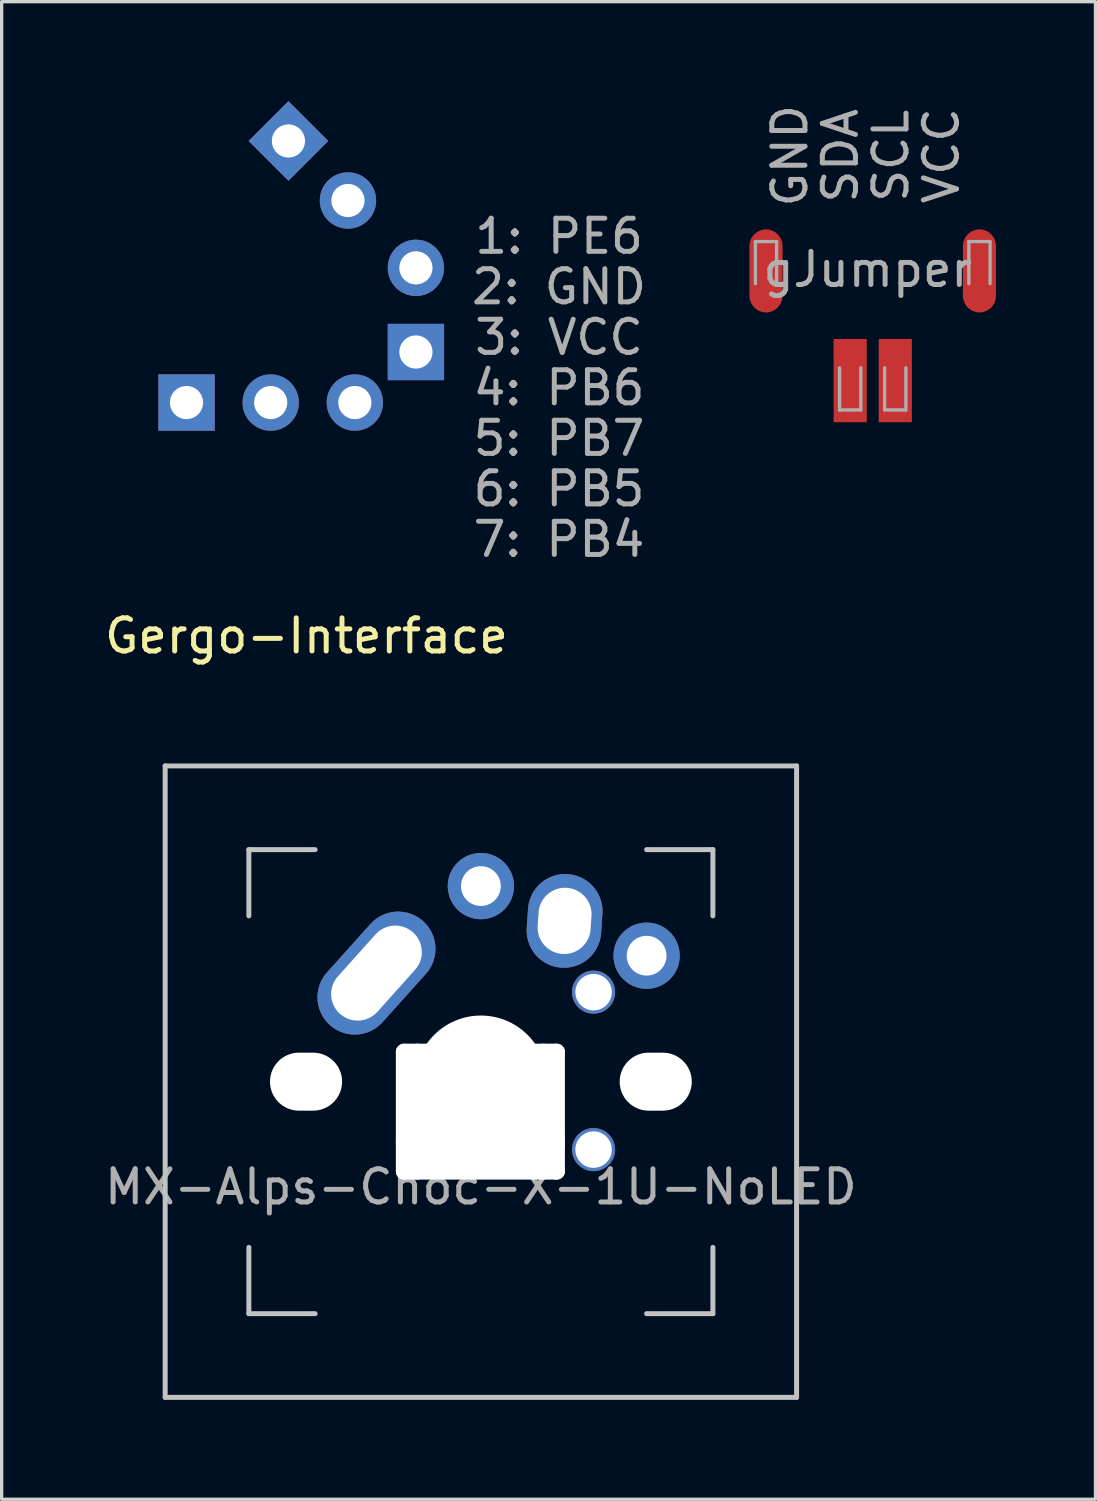
<source format=kicad_pcb>
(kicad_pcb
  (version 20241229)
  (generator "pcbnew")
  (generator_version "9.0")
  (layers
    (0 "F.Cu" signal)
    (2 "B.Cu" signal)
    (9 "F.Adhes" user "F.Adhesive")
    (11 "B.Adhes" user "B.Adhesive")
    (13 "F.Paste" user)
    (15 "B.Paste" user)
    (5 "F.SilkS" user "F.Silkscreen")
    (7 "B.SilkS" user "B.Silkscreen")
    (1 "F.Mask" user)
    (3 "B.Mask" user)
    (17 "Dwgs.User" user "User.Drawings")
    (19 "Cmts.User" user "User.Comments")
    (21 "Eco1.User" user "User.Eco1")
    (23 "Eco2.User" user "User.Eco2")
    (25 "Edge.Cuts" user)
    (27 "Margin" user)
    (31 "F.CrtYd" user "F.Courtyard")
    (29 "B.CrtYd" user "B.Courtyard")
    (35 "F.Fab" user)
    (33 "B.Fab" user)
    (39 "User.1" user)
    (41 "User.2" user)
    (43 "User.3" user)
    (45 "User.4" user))
  (footprint "MX-Alps-Choc-X-1U-NoLED"
    (layer "F.Cu")
    (at 11.458 29.583)
    (property "Reference" "MX-Alps-Choc-X-1U-NoLED" (at 0 3.175 0) (layer "F.Fab") (effects (font (size 1 1) (thickness 0.15))))
    (attr through_hole)
    (fp_line (start -9.525 -9.525) (end 9.525 -9.525) (stroke (width 0.15) (type solid)) (layer "Dwgs.User"))
    (fp_line (start -9.525 9.525) (end -9.525 -9.525) (stroke (width 0.15) (type solid)) (layer "Dwgs.User"))
    (fp_line (start -7 -7) (end -7 -5) (stroke (width 0.15) (type solid)) (layer "Dwgs.User"))
    (fp_line (start -7 5) (end -7 7) (stroke (width 0.15) (type solid)) (layer "Dwgs.User"))
    (fp_line (start -7 7) (end -5 7) (stroke (width 0.15) (type solid)) (layer "Dwgs.User"))
    (fp_line (start -5 -7) (end -7 -7) (stroke (width 0.15) (type solid)) (layer "Dwgs.User"))
    (fp_line (start 5 -7) (end 7 -7) (stroke (width 0.15) (type solid)) (layer "Dwgs.User"))
    (fp_line (start 5 7) (end 7 7) (stroke (width 0.15) (type solid)) (layer "Dwgs.User"))
    (fp_line (start 7 -7) (end 7 -5) (stroke (width 0.15) (type solid)) (layer "Dwgs.User"))
    (fp_line (start 7 7) (end 7 5) (stroke (width 0.15) (type solid)) (layer "Dwgs.User"))
    (fp_line (start 9.525 -9.525) (end 9.525 9.525) (stroke (width 0.15) (type solid)) (layer "Dwgs.User"))
    (fp_line (start 9.525 9.525) (end -9.525 9.525) (stroke (width 0.15) (type solid)) (layer "Dwgs.User"))
    (pad "" np_thru_hole oval (at -5.275 0 90) (size 1.75 2.175) (drill oval 1.75 2.175) (layers "*.Cu" "*.Mask"))
    (pad "" np_thru_hole oval (at -2.315 0.905) (size 0.5 4.1) (drill oval 0.5 4.1) (layers "*.Cu" "*.Mask"))
    (pad "" np_thru_hole oval (at -1.915 0.905) (size 0.5 4.1) (drill oval 0.5 4.1) (layers "*.Cu" "*.Mask"))
    (pad "" np_thru_hole oval (at -0.015 -0.895) (size 5.1 0.5) (drill oval 5.1 0.5) (layers "*.Cu" "*.Mask"))
    (pad "" np_thru_hole oval (at -0.015 1.805) (size 5.1 1.5) (drill oval 5.1 1.5) (layers "*.Cu" "*.Mask"))
    (pad "" np_thru_hole oval (at -0.015 2.705) (size 5.1 0.5) (drill oval 5.1 0.5) (layers "*.Cu" "*.Mask"))
    (pad "" np_thru_hole circle (at 0 0) (size 3.988 3.988) (drill 3.988) (layers "*.Cu" "*.Mask"))
    (pad "" np_thru_hole oval (at 1.89 0.904) (size 0.5 4.1) (drill oval 0.5 4.1) (layers "*.Cu" "*.Mask"))
    (pad "" np_thru_hole oval (at 2.285 0.905) (size 0.5 4.1) (drill oval 0.5 4.1) (layers "*.Cu" "*.Mask"))
    (pad "" np_thru_hole oval (at 5.275 0 90) (size 1.75 2.175) (drill oval 1.75 2.175) (layers "*.Cu" "*.Mask"))
    (pad "1" thru_hole oval (at 2.525 -4.85 86.1) (size 2.831 2.25) (drill oval 2 1.6) (layers "*.Cu" "*.Mask"))
    (pad "1" thru_hole circle (at 3.4 -2.7) (size 1.3 1.3) (drill 1.1) (layers "*.Cu" "*.Mask"))
    (pad "1" thru_hole circle (at 5 -3.8) (size 2 2) (drill 1.2) (layers "*.Cu" "*.Mask"))
    (pad "2" thru_hole oval (at -3.15 -3.275 48.1) (size 4.212 2.25) (drill oval 3.3 1.6) (layers "*.Cu" "*.Mask"))
    (pad "2" thru_hole circle (at 0 -5.9) (size 2 2) (drill 1.2) (layers "*.Cu" "*.Mask"))
    (pad "2" thru_hole circle (at 3.4 2.05) (size 1.3 1.3) (drill 1.1) (layers "*.Cu" "*.Mask")))
  (footprint "gJumper"
    (layer "F.Cu")
    (at 23.257 6.602)
    (property "Reference" "gJumper" (at -0.127 -1.524 0) (layer "F.Fab") (effects (font (size 1 1) (thickness 0.15))))
    (attr through_hole)
    (fp_line (start -3.517 -2.364) (end -2.877 -2.364) (stroke (width 0.1) (type solid)) (layer "F.Fab"))
    (fp_line (start -3.517 -1.094) (end -3.517 -2.364) (stroke (width 0.1) (type solid)) (layer "F.Fab"))
    (fp_line (start -2.877 -2.364) (end -2.877 -1.094) (stroke (width 0.1) (type solid)) (layer "F.Fab"))
    (fp_line (start -0.977 1.446) (end -0.977 2.716) (stroke (width 0.1) (type solid)) (layer "F.Fab"))
    (fp_line (start -0.977 2.716) (end -0.337 2.716) (stroke (width 0.1) (type solid)) (layer "F.Fab"))
    (fp_line (start -0.337 2.716) (end -0.337 1.446) (stroke (width 0.1) (type solid)) (layer "F.Fab"))
    (fp_line (start 0.383 2.716) (end 0.383 1.446) (stroke (width 0.1) (type solid)) (layer "F.Fab"))
    (fp_line (start 1.023 1.446) (end 1.023 2.716) (stroke (width 0.1) (type solid)) (layer "F.Fab"))
    (fp_line (start 1.023 2.716) (end 0.383 2.716) (stroke (width 0.1) (type solid)) (layer "F.Fab"))
    (fp_line (start 2.923 -2.364) (end 2.923 -1.094) (stroke (width 0.1) (type solid)) (layer "F.Fab"))
    (fp_line (start 3.563 -2.364) (end 2.923 -2.364) (stroke (width 0.1) (type solid)) (layer "F.Fab"))
    (fp_line (start 3.563 -1.094) (end 3.563 -2.364) (stroke (width 0.1) (type solid)) (layer "F.Fab"))
    (fp_text user "SCL" (at 0.572 -4.953 270) (layer "F.Fab") (effects (font (size 1 1) (thickness 0.15))))
    (fp_text user "GND" (at -2.477 -4.953 270) (layer "F.Fab") (effects (font (size 1 1) (thickness 0.15))))
    (fp_text user "SDA" (at -0.953 -4.953 270) (layer "F.Fab") (effects (font (size 1 1) (thickness 0.15))))
    (fp_text user "VCC" (at 2.095 -4.953 270) (layer "F.Fab") (effects (font (size 1 1) (thickness 0.15))))
    (pad "1" smd roundrect (at 3.243 -1.479 270) (size 2.51 1) (layers "F.Cu" "F.Mask" "F.Paste") (roundrect_rratio 0.5))
    (pad "2" smd rect (at 0.703 1.831 270) (size 2.51 1) (layers "F.Cu" "F.Mask" "F.Paste"))
    (pad "3" smd rect (at -0.657 1.831 90) (size 2.51 1) (layers "F.Cu" "F.Mask" "F.Paste"))
    (pad "4" smd roundrect (at -3.197 -1.479 90) (size 2.51 1) (layers "F.Cu" "F.Mask" "F.Paste") (roundrect_rratio 0.5)))
  (footprint "Gergo-Interface"
    (layer "F.Cu")
    (at 6.196 6.11)
    (property "Reference" "Gergo-Interface" (at 0 10.025 0) (layer "F.SilkS") (effects (font (size 1 1) (thickness 0.15))))
    (attr through_hole)
    (fp_text user "2: GND" (at 7.62 -0.508 0) (layer "F.Fab") (effects (font (size 1 1) (thickness 0.15))))
    (fp_text user "1: PE6" (at 7.62 -2.032 0) (layer "F.Fab") (effects (font (size 1 1) (thickness 0.15))))
    (fp_text user "4: PB6" (at 7.62 2.54 0) (layer "F.Fab") (effects (font (size 1 1) (thickness 0.15))))
    (fp_text user "7: PB4" (at 7.62 7.112 0) (layer "F.Fab") (effects (font (size 1 1) (thickness 0.15))))
    (fp_text user "3: VCC" (at 7.62 1.016 0) (layer "F.Fab") (effects (font (size 1 1) (thickness 0.15))))
    (fp_text user "6: PB5" (at 7.62 5.588 0) (layer "F.Fab") (effects (font (size 1 1) (thickness 0.15))))
    (fp_text user "5: PB7" (at 7.62 4.064 0) (layer "F.Fab") (effects (font (size 1 1) (thickness 0.15))))
    (pad "1" thru_hole rect (at -3.619 2.985 90) (size 1.7 1.7) (drill 1) (layers "*.Cu" "*.Mask"))
    (pad "2" thru_hole oval (at -1.079 2.985 90) (size 1.7 1.7) (drill 1) (layers "*.Cu" "*.Mask"))
    (pad "3" thru_hole oval (at 1.46 2.985 90) (size 1.7 1.7) (drill 1) (layers "*.Cu" "*.Mask"))
    (pad "4" thru_hole rect (at 3.302 1.46 180) (size 1.7 1.7) (drill 1) (layers "*.Cu" "*.Mask"))
    (pad "5" thru_hole oval (at 3.302 -1.079 180) (size 1.7 1.7) (drill 1) (layers "*.Cu" "*.Mask"))
    (pad "6" thru_hole oval (at 1.252 -3.111 45) (size 1.7 1.7) (drill 1) (layers "*.Cu" "*.Mask"))
    (pad "7" thru_hole rect (at -0.544 -4.907 45) (size 1.7 1.7) (drill 1) (layers "*.Cu" "*.Mask")))
  (gr_rect
    (start -3 -3)
    (end 30 42.183)
    (stroke (width 0.1) (type default))
    (fill no)
    (layer "Edge.Cuts")))
</source>
